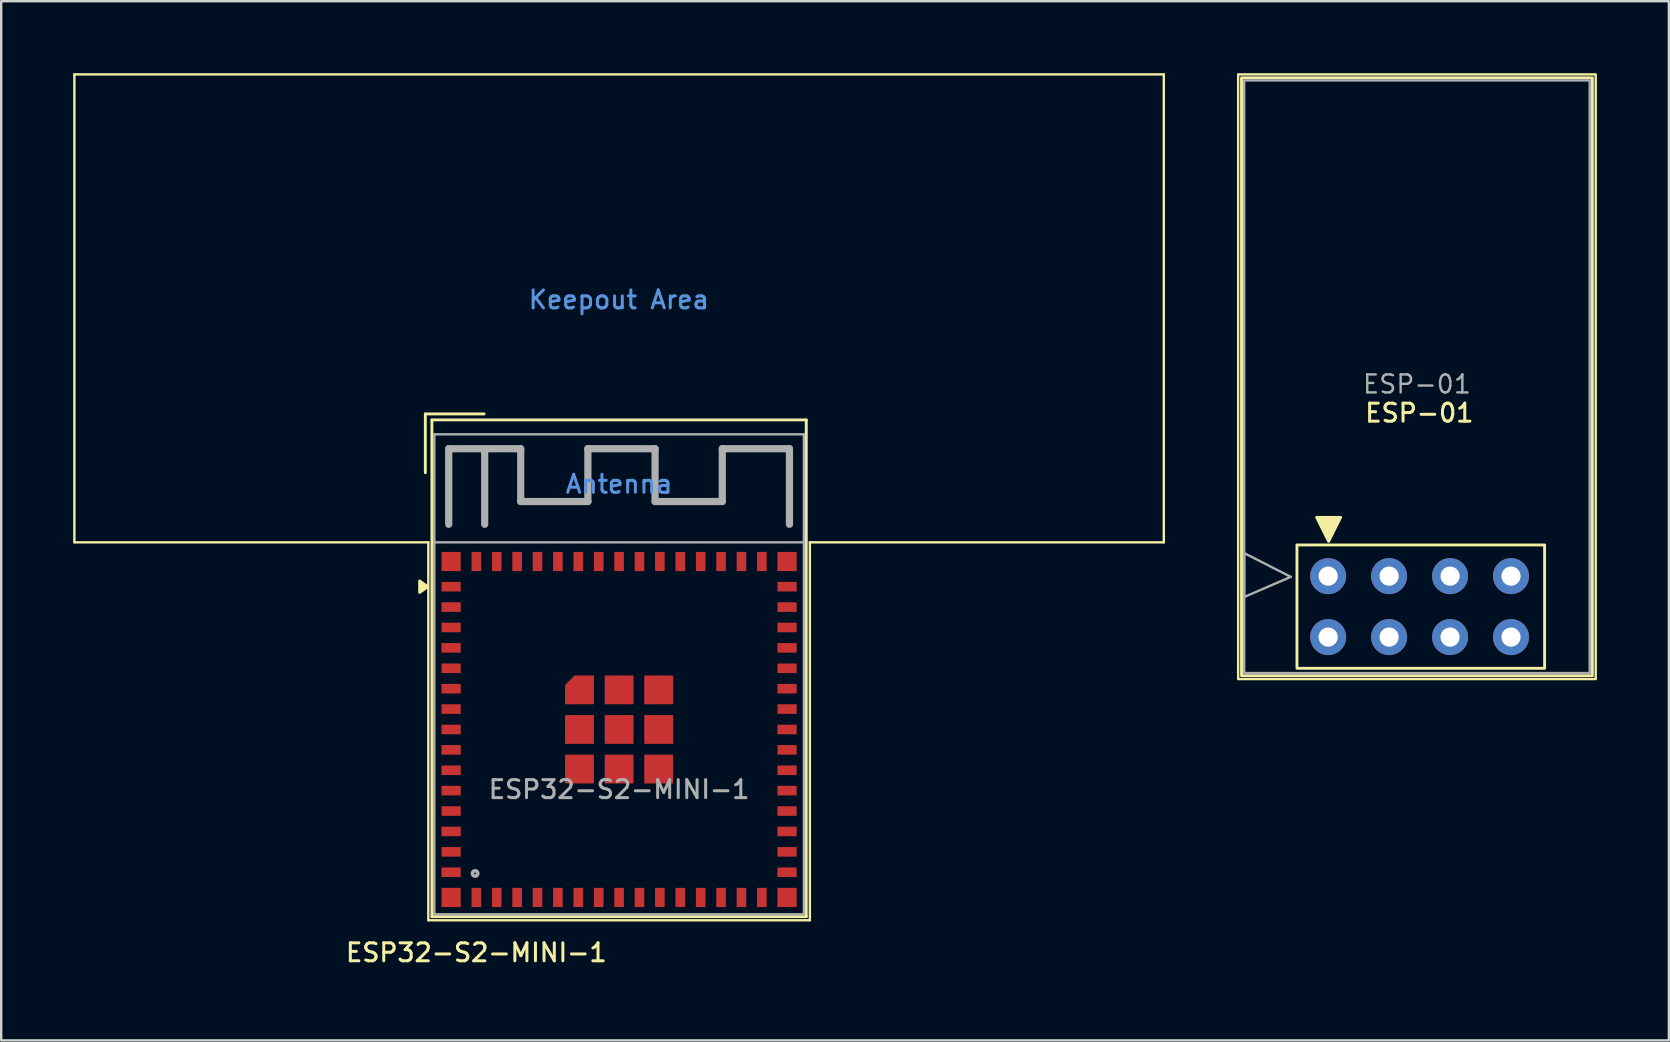
<source format=kicad_pcb>
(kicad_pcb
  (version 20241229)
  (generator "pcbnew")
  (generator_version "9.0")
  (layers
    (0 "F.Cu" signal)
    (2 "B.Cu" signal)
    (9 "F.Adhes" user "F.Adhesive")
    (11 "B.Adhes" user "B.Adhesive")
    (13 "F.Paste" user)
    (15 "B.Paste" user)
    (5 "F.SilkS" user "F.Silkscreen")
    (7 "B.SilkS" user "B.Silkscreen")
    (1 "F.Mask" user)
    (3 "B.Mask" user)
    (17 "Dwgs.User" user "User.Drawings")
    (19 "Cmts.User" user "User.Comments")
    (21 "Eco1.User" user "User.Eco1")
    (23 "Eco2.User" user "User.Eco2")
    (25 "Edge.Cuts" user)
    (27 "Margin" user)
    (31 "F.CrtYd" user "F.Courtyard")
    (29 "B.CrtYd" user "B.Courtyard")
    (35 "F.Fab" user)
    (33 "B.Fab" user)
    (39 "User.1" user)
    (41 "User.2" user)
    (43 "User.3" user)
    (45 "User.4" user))
  (footprint "ESP32-S2-MINI-1"
    (layer "F.Cu")
    (at 22.75 24.8)
    (property "Reference" "ESP32-S2-MINI-1" (at -5.95 11.85 0) (unlocked yes) (layer "F.SilkS") (effects (font (size 0.75 0.75) (thickness 0.125))))
    (attr smd)
    (fp_line (start -22.7 -24.75) (end 22.7 -24.75) (stroke (width 0.1) (type solid)) (layer "F.SilkS"))
    (fp_line (start -22.7 -5.25) (end -22.7 -24.75) (stroke (width 0.1) (type solid)) (layer "F.SilkS"))
    (fp_line (start -8.075 -10.6) (end -8.075 -8.15) (stroke (width 0.12) (type solid)) (layer "F.SilkS"))
    (fp_line (start -8.075 -10.6) (end -5.625 -10.6) (stroke (width 0.12) (type solid)) (layer "F.SilkS"))
    (fp_line (start -7.95 -5.25) (end -22.7 -5.25) (stroke (width 0.1) (type solid)) (layer "F.SilkS"))
    (fp_line (start -7.95 10.5) (end -7.95 -5.25) (stroke (width 0.1) (type solid)) (layer "F.SilkS"))
    (fp_line (start -7.8 -10.35) (end 7.8 -10.35) (stroke (width 0.12) (type solid)) (layer "F.SilkS"))
    (fp_line (start -7.8 10.35) (end -7.8 -10.35) (stroke (width 0.12) (type solid)) (layer "F.SilkS"))
    (fp_line (start 7.8 -10.35) (end 7.8 10.35) (stroke (width 0.12) (type solid)) (layer "F.SilkS"))
    (fp_line (start 7.8 10.35) (end -7.8 10.35) (stroke (width 0.12) (type solid)) (layer "F.SilkS"))
    (fp_line (start 7.95 -5.25) (end 7.95 10.5) (stroke (width 0.1) (type solid)) (layer "F.SilkS"))
    (fp_line (start 7.95 -5.25) (end 22.7 -5.25) (stroke (width 0.1) (type solid)) (layer "F.SilkS"))
    (fp_line (start 7.95 10.5) (end -7.95 10.5) (stroke (width 0.1) (type solid)) (layer "F.SilkS"))
    (fp_line (start 22.7 -5.25) (end 22.7 -24.75) (stroke (width 0.1) (type solid)) (layer "F.SilkS"))
    (fp_poly (pts (xy -7.975 -3.4) (xy -8.311 -3.16) (xy -8.311 -3.64) (xy -7.975 -3.4)) (stroke (width 0.12) (type solid)) (fill yes) (layer "F.SilkS"))
    (fp_line (start -7.7 -9.75) (end 7.7 -9.75) (stroke (width 0.1) (type solid)) (layer "F.Fab"))
    (fp_line (start -7.7 -5.25) (end 7.7 -5.25) (stroke (width 0.1) (type solid)) (layer "F.Fab"))
    (fp_line (start -7.7 10.25) (end -7.7 -9.75) (stroke (width 0.1) (type solid)) (layer "F.Fab"))
    (fp_line (start -7.1 -9.15) (end -4.1 -9.15) (stroke (width 0.3) (type solid)) (layer "F.Fab"))
    (fp_line (start -7.1 -6) (end -7.1 -9.15) (stroke (width 0.3) (type solid)) (layer "F.Fab"))
    (fp_line (start -5.6 -6) (end -5.6 -9.15) (stroke (width 0.3) (type solid)) (layer "F.Fab"))
    (fp_line (start -4.1 -9.15) (end -4.1 -6.95) (stroke (width 0.3) (type solid)) (layer "F.Fab"))
    (fp_line (start -4.1 -6.95) (end -1.3 -6.95) (stroke (width 0.3) (type solid)) (layer "F.Fab"))
    (fp_line (start -1.3 -9.15) (end 1.5 -9.15) (stroke (width 0.3) (type solid)) (layer "F.Fab"))
    (fp_line (start -1.3 -6.95) (end -1.3 -9.15) (stroke (width 0.3) (type solid)) (layer "F.Fab"))
    (fp_line (start 1.5 -9.15) (end 1.5 -6.95) (stroke (width 0.3) (type solid)) (layer "F.Fab"))
    (fp_line (start 1.5 -6.95) (end 4.3 -6.95) (stroke (width 0.3) (type solid)) (layer "F.Fab"))
    (fp_line (start 4.3 -9.15) (end 7.1 -9.15) (stroke (width 0.3) (type solid)) (layer "F.Fab"))
    (fp_line (start 4.3 -6.95) (end 4.3 -9.15) (stroke (width 0.3) (type solid)) (layer "F.Fab"))
    (fp_line (start 7.1 -9.15) (end 7.1 -6) (stroke (width 0.3) (type solid)) (layer "F.Fab"))
    (fp_line (start 7.7 -9.75) (end 7.7 10.25) (stroke (width 0.1) (type solid)) (layer "F.Fab"))
    (fp_line (start 7.7 10.25) (end -7.7 10.25) (stroke (width 0.1) (type solid)) (layer "F.Fab"))
    (fp_circle (center -6 8.55) (end -5.888 8.55) (stroke (width 0.15) (type solid)) (fill no) (layer "F.Fab"))
    (fp_text user "Antenna" (at 0 -7.675 0) (layer "Cmts.User") (effects (font (size 0.75 0.75) (thickness 0.125))))
    (fp_text user "Keepout Area" (at -0.01 -15.36 0) (layer "Cmts.User") (effects (font (size 0.75 0.75) (thickness 0.125))))
    (fp_text user "${REFERENCE}" (at 0 5.05 0) (unlocked yes) (layer "F.Fab") (effects (font (size 0.75 0.75) (thickness 0.125))))
    (pad "1" smd rect (at -7 -3.4) (size 0.8 0.4) (layers "F.Cu" "F.Mask" "F.Paste"))
    (pad "2" smd rect (at -7 -2.55) (size 0.8 0.4) (layers "F.Cu" "F.Mask" "F.Paste"))
    (pad "3" smd rect (at -7 -1.7) (size 0.8 0.4) (layers "F.Cu" "F.Mask" "F.Paste"))
    (pad "4" smd rect (at -7 -0.85) (size 0.8 0.4) (layers "F.Cu" "F.Mask" "F.Paste"))
    (pad "5" smd rect (at -7 0) (size 0.8 0.4) (layers "F.Cu" "F.Mask" "F.Paste"))
    (pad "6" smd rect (at -7 0.85) (size 0.8 0.4) (layers "F.Cu" "F.Mask" "F.Paste"))
    (pad "7" smd rect (at -7 1.7) (size 0.8 0.4) (layers "F.Cu" "F.Mask" "F.Paste"))
    (pad "8" smd rect (at -7 2.55) (size 0.8 0.4) (layers "F.Cu" "F.Mask" "F.Paste"))
    (pad "9" smd rect (at -7 3.4) (size 0.8 0.4) (layers "F.Cu" "F.Mask" "F.Paste"))
    (pad "10" smd rect (at -7 4.25) (size 0.8 0.4) (layers "F.Cu" "F.Mask" "F.Paste"))
    (pad "11" smd rect (at -7 5.1) (size 0.8 0.4) (layers "F.Cu" "F.Mask" "F.Paste"))
    (pad "12" smd rect (at -7 5.95) (size 0.8 0.4) (layers "F.Cu" "F.Mask" "F.Paste"))
    (pad "13" smd rect (at -7 6.8) (size 0.8 0.4) (layers "F.Cu" "F.Mask" "F.Paste"))
    (pad "14" smd rect (at -7 7.65) (size 0.8 0.4) (layers "F.Cu" "F.Mask" "F.Paste"))
    (pad "15" smd rect (at -7 8.5) (size 0.8 0.4) (layers "F.Cu" "F.Mask" "F.Paste"))
    (pad "16" smd rect (at -5.95 9.55 90) (size 0.8 0.4) (layers "F.Cu" "F.Mask" "F.Paste"))
    (pad "17" smd rect (at -5.1 9.55 90) (size 0.8 0.4) (layers "F.Cu" "F.Mask" "F.Paste"))
    (pad "18" smd rect (at -4.25 9.55 90) (size 0.8 0.4) (layers "F.Cu" "F.Mask" "F.Paste"))
    (pad "19" smd rect (at -3.4 9.55 90) (size 0.8 0.4) (layers "F.Cu" "F.Mask" "F.Paste"))
    (pad "20" smd rect (at -2.55 9.55 90) (size 0.8 0.4) (layers "F.Cu" "F.Mask" "F.Paste"))
    (pad "21" smd rect (at -1.7 9.55 90) (size 0.8 0.4) (layers "F.Cu" "F.Mask" "F.Paste"))
    (pad "22" smd rect (at -0.85 9.55 90) (size 0.8 0.4) (layers "F.Cu" "F.Mask" "F.Paste"))
    (pad "23" smd rect (at 0 9.55 90) (size 0.8 0.4) (layers "F.Cu" "F.Mask" "F.Paste"))
    (pad "24" smd rect (at 0.85 9.55 90) (size 0.8 0.4) (layers "F.Cu" "F.Mask" "F.Paste"))
    (pad "25" smd rect (at 1.7 9.55 90) (size 0.8 0.4) (layers "F.Cu" "F.Mask" "F.Paste"))
    (pad "26" smd rect (at 2.55 9.55 90) (size 0.8 0.4) (layers "F.Cu" "F.Mask" "F.Paste"))
    (pad "27" smd rect (at 3.4 9.55 90) (size 0.8 0.4) (layers "F.Cu" "F.Mask" "F.Paste"))
    (pad "28" smd rect (at 4.25 9.55 90) (size 0.8 0.4) (layers "F.Cu" "F.Mask" "F.Paste"))
    (pad "29" smd rect (at 5.1 9.55 90) (size 0.8 0.4) (layers "F.Cu" "F.Mask" "F.Paste"))
    (pad "30" smd rect (at 5.95 9.55 90) (size 0.8 0.4) (layers "F.Cu" "F.Mask" "F.Paste"))
    (pad "31" smd rect (at 7 8.5) (size 0.8 0.4) (layers "F.Cu" "F.Mask" "F.Paste"))
    (pad "32" smd rect (at 7 7.65) (size 0.8 0.4) (layers "F.Cu" "F.Mask" "F.Paste"))
    (pad "33" smd rect (at 7 6.8) (size 0.8 0.4) (layers "F.Cu" "F.Mask" "F.Paste"))
    (pad "34" smd rect (at 7 5.95) (size 0.8 0.4) (layers "F.Cu" "F.Mask" "F.Paste"))
    (pad "35" smd rect (at 7 5.1) (size 0.8 0.4) (layers "F.Cu" "F.Mask" "F.Paste"))
    (pad "36" smd rect (at 7 4.25) (size 0.8 0.4) (layers "F.Cu" "F.Mask" "F.Paste"))
    (pad "37" smd rect (at 7 3.4) (size 0.8 0.4) (layers "F.Cu" "F.Mask" "F.Paste"))
    (pad "38" smd rect (at 7 2.55) (size 0.8 0.4) (layers "F.Cu" "F.Mask" "F.Paste"))
    (pad "39" smd rect (at 7 1.7) (size 0.8 0.4) (layers "F.Cu" "F.Mask" "F.Paste"))
    (pad "40" smd rect (at 7 0.85) (size 0.8 0.4) (layers "F.Cu" "F.Mask" "F.Paste"))
    (pad "41" smd rect (at 7 0) (size 0.8 0.4) (layers "F.Cu" "F.Mask" "F.Paste"))
    (pad "42" smd rect (at 7 -0.85) (size 0.8 0.4) (layers "F.Cu" "F.Mask" "F.Paste"))
    (pad "43" smd rect (at 7 -1.7) (size 0.8 0.4) (layers "F.Cu" "F.Mask" "F.Paste"))
    (pad "44" smd rect (at 7 -2.55) (size 0.8 0.4) (layers "F.Cu" "F.Mask" "F.Paste"))
    (pad "45" smd rect (at 7 -3.4) (size 0.8 0.4) (layers "F.Cu" "F.Mask" "F.Paste"))
    (pad "46" smd rect (at 5.95 -4.45 90) (size 0.8 0.4) (layers "F.Cu" "F.Mask" "F.Paste"))
    (pad "47" smd rect (at 5.1 -4.45 90) (size 0.8 0.4) (layers "F.Cu" "F.Mask" "F.Paste"))
    (pad "48" smd rect (at 4.25 -4.45 90) (size 0.8 0.4) (layers "F.Cu" "F.Mask" "F.Paste"))
    (pad "49" smd rect (at 3.4 -4.45 90) (size 0.8 0.4) (layers "F.Cu" "F.Mask" "F.Paste"))
    (pad "50" smd rect (at 2.55 -4.45 90) (size 0.8 0.4) (layers "F.Cu" "F.Mask" "F.Paste"))
    (pad "51" smd rect (at 1.7 -4.45 90) (size 0.8 0.4) (layers "F.Cu" "F.Mask" "F.Paste"))
    (pad "52" smd rect (at 0.85 -4.45 90) (size 0.8 0.4) (layers "F.Cu" "F.Mask" "F.Paste"))
    (pad "53" smd rect (at 0 -4.45 90) (size 0.8 0.4) (layers "F.Cu" "F.Mask" "F.Paste"))
    (pad "54" smd rect (at -0.85 -4.45 90) (size 0.8 0.4) (layers "F.Cu" "F.Mask" "F.Paste"))
    (pad "55" smd rect (at -1.7 -4.45 90) (size 0.8 0.4) (layers "F.Cu" "F.Mask" "F.Paste"))
    (pad "56" smd rect (at -2.55 -4.45 90) (size 0.8 0.4) (layers "F.Cu" "F.Mask" "F.Paste"))
    (pad "57" smd rect (at -3.4 -4.45 90) (size 0.8 0.4) (layers "F.Cu" "F.Mask" "F.Paste"))
    (pad "58" smd rect (at -4.25 -4.45 90) (size 0.8 0.4) (layers "F.Cu" "F.Mask" "F.Paste"))
    (pad "59" smd rect (at -5.1 -4.45 90) (size 0.8 0.4) (layers "F.Cu" "F.Mask" "F.Paste"))
    (pad "60" smd rect (at -5.95 -4.45 90) (size 0.8 0.4) (layers "F.Cu" "F.Mask" "F.Paste"))
    (pad "61" smd roundrect (at -1.65 0.9) (size 1.2 1.2) (layers "F.Cu" "F.Mask" "F.Paste") (roundrect_rratio 0) (chamfer_ratio 0.33) (chamfer top_left))
    (pad "61" smd rect (at -1.65 2.55) (size 1.2 1.2) (layers "F.Cu" "F.Mask" "F.Paste"))
    (pad "61" smd rect (at -1.65 4.2) (size 1.2 1.2) (layers "F.Cu" "F.Mask" "F.Paste"))
    (pad "61" smd rect (at 0 0.9) (size 1.2 1.2) (layers "F.Cu" "F.Mask" "F.Paste"))
    (pad "61" smd rect (at 0 2.55) (size 1.2 1.2) (layers "F.Cu" "F.Mask" "F.Paste"))
    (pad "61" smd rect (at 0 4.2) (size 1.2 1.2) (layers "F.Cu" "F.Mask" "F.Paste"))
    (pad "61" smd rect (at 1.65 0.9) (size 1.2 1.2) (layers "F.Cu" "F.Mask" "F.Paste"))
    (pad "61" smd rect (at 1.65 2.55) (size 1.2 1.2) (layers "F.Cu" "F.Mask" "F.Paste"))
    (pad "61" smd rect (at 1.65 4.2) (size 1.2 1.2) (layers "F.Cu" "F.Mask" "F.Paste"))
    (pad "62" smd rect (at -7 -4.45) (size 0.8 0.8) (layers "F.Cu" "F.Mask" "F.Paste"))
    (pad "63" smd rect (at -7 9.55) (size 0.8 0.8) (layers "F.Cu" "F.Mask" "F.Paste"))
    (pad "64" smd rect (at 7 9.55) (size 0.8 0.8) (layers "F.Cu" "F.Mask" "F.Paste"))
    (pad "65" smd rect (at 7 -4.45) (size 0.8 0.8) (layers "F.Cu" "F.Mask" "F.Paste"))
    (zone (net_name "") (layers "F.Cu" "B.Cu") (name "Antenna") (hatch full 0.508) (connect_pads) (min_thickness 0.254) (filled_areas_thickness no) (keepout (tracks not_allowed) (vias not_allowed) (pads not_allowed) (copperpour not_allowed) (footprints not_allowed)) (placement (enabled no)) (fill) (polygon (pts (xy 45.45 19.55) (xy 0.05 19.55) (xy 0.05 0.05) (xy 45.45 0.05)))))
  (footprint "ESP-01"
    (layer "F.Cu")
    (at 52.3 20.96)
    (property "Reference" "ESP-01" (at 3.8 -6.8 0) (layer "F.SilkS") (effects (font (size 0.75 0.75) (thickness 0.125))))
    (attr through_hole)
    (fp_rect (start -3.75 -20.91) (end 11.15 4.29) (stroke (width 0.1) (type default)) (fill no) (layer "F.SilkS"))
    (fp_rect (start -3.61 -20.77) (end 11.01 4.15) (stroke (width 0.12) (type default)) (fill no) (layer "F.SilkS"))
    (fp_rect (start -1.3 -1.3) (end 9.02 3.84) (stroke (width 0.12) (type default)) (fill no) (layer "F.SilkS"))
    (fp_poly (pts (xy -0.481 -2.45) (xy 0.519 -2.45) (xy 0.019 -1.45)) (stroke (width 0.12) (type solid)) (fill yes) (layer "F.SilkS"))
    (fp_line (start -3.5 -0.96) (end -3.5 0.87) (stroke (width 0.1) (type default)) (layer "F.Fab"))
    (fp_line (start -1.56 0.03) (end -3.5 -0.96) (stroke (width 0.1) (type default)) (layer "F.Fab"))
    (fp_line (start -1.56 0.03) (end -3.5 0.87) (stroke (width 0.1) (type default)) (layer "F.Fab"))
    (fp_rect (start -3.5 -20.66) (end 10.9 4.04) (stroke (width 0.1) (type default)) (fill no) (layer "F.Fab"))
    (fp_text user "${REFERENCE}" (at 3.7 -8 0) (layer "F.Fab") (effects (font (size 0.75 0.75) (thickness 0.1))))
    (pad "1" thru_hole circle (at 0 0) (size 1.5 1.5) (drill 0.8) (layers "*.Cu" "*.Mask"))
    (pad "2" thru_hole circle (at 2.54 0) (size 1.5 1.5) (drill 0.8) (layers "*.Cu" "*.Mask"))
    (pad "3" thru_hole circle (at 5.08 0) (size 1.5 1.5) (drill 0.8) (layers "*.Cu" "*.Mask"))
    (pad "4" thru_hole circle (at 7.62 0) (size 1.5 1.5) (drill 0.8) (layers "*.Cu" "*.Mask"))
    (pad "5" thru_hole circle (at 0 2.54) (size 1.5 1.5) (drill 0.8) (layers "*.Cu" "*.Mask"))
    (pad "6" thru_hole circle (at 2.54 2.54) (size 1.5 1.5) (drill 0.8) (layers "*.Cu" "*.Mask"))
    (pad "7" thru_hole circle (at 5.08 2.54) (size 1.5 1.5) (drill 0.8) (layers "*.Cu" "*.Mask"))
    (pad "8" thru_hole circle (at 7.62 2.54) (size 1.5 1.5) (drill 0.8) (layers "*.Cu" "*.Mask"))
    (zone (net_name "") (layers "F.Cu" "B.Cu") (name "No Copper") (hatch edge 0.5) (connect_pads) (min_thickness 0.25) (filled_areas_thickness no) (keepout (tracks not_allowed) (vias not_allowed) (pads not_allowed) (copperpour not_allowed) (footprints not_allowed)) (placement (enabled no)) (fill) (polygon (pts (xy 48.825 0.335) (xy 63.15 0.36) (xy 63.125 6.985) (xy 48.8 6.96)))))
  (gr_rect
    (start -3 -3)
    (end 66.5 40.308)
    (stroke (width 0.1) (type default))
    (fill no)
    (layer "Edge.Cuts")))
</source>
